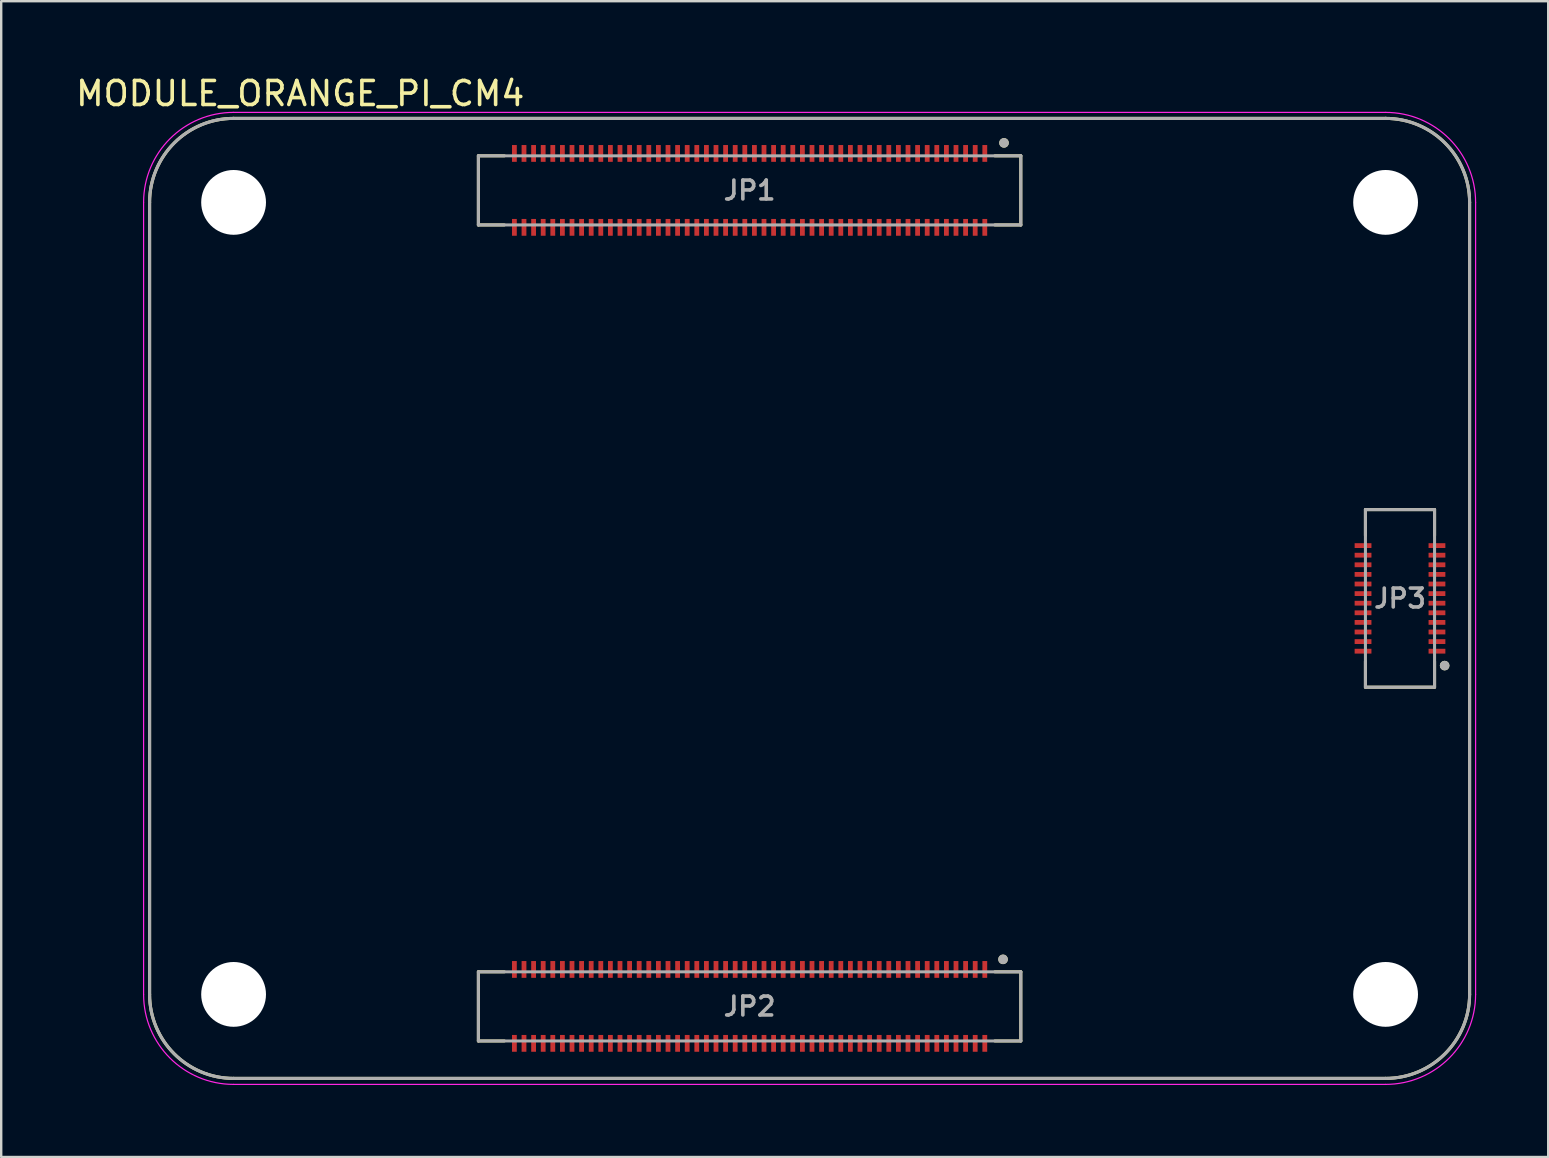
<source format=kicad_pcb>
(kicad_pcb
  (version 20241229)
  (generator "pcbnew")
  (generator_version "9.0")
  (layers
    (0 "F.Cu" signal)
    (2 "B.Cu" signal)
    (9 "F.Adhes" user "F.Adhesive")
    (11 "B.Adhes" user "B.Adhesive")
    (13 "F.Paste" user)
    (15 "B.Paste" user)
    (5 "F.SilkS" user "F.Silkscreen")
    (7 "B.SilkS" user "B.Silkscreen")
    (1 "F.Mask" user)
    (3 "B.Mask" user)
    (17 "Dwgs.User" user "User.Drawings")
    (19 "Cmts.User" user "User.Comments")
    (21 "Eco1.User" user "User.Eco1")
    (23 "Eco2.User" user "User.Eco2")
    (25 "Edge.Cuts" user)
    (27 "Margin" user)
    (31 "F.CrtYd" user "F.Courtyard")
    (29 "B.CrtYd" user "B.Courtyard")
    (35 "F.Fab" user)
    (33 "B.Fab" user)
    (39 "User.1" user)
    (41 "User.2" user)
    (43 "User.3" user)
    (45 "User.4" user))
  (footprint "MODULE_ORANGE_PI_CM4"
    (layer "F.Cu")
    (at 30.683 21.883)
    (property "Reference" "MODULE_ORANGE_PI_CM4" (at -21.225 -21.035 0) (layer "F.SilkS") (effects (font (size 1 1) (thickness 0.15))))
    (attr smd)
    (fp_line (start -27.5 -16.5) (end -27.5 16.5) (stroke (width 0.127) (type solid)) (layer "F.SilkS"))
    (fp_line (start -24 20) (end 24 20) (stroke (width 0.127) (type solid)) (layer "F.SilkS"))
    (fp_line (start -13.8 -18.44) (end -13.8 -15.56) (stroke (width 0.127) (type solid)) (layer "F.SilkS"))
    (fp_line (start -13.8 -15.56) (end -12.72 -15.56) (stroke (width 0.127) (type solid)) (layer "F.SilkS"))
    (fp_line (start -13.8 15.56) (end -13.8 18.44) (stroke (width 0.127) (type solid)) (layer "F.SilkS"))
    (fp_line (start -13.8 18.44) (end -12.72 18.44) (stroke (width 0.127) (type solid)) (layer "F.SilkS"))
    (fp_line (start -12.72 -18.44) (end -13.8 -18.44) (stroke (width 0.127) (type solid)) (layer "F.SilkS"))
    (fp_line (start -12.72 15.56) (end -13.8 15.56) (stroke (width 0.127) (type solid)) (layer "F.SilkS"))
    (fp_line (start 8.8 -18.44) (end 7.72 -18.44) (stroke (width 0.127) (type solid)) (layer "F.SilkS"))
    (fp_line (start 8.8 -18.44) (end 8.8 -15.56) (stroke (width 0.127) (type solid)) (layer "F.SilkS"))
    (fp_line (start 8.8 -15.56) (end 7.72 -15.56) (stroke (width 0.127) (type solid)) (layer "F.SilkS"))
    (fp_line (start 8.8 15.56) (end 7.72 15.56) (stroke (width 0.127) (type solid)) (layer "F.SilkS"))
    (fp_line (start 8.8 15.56) (end 8.8 18.44) (stroke (width 0.127) (type solid)) (layer "F.SilkS"))
    (fp_line (start 8.8 18.44) (end 7.72 18.44) (stroke (width 0.127) (type solid)) (layer "F.SilkS"))
    (fp_line (start 23.16 -3.7) (end 26.04 -3.7) (stroke (width 0.127) (type solid)) (layer "F.SilkS"))
    (fp_line (start 23.16 -2.62) (end 23.16 -3.7) (stroke (width 0.127) (type solid)) (layer "F.SilkS"))
    (fp_line (start 23.16 2.62) (end 23.16 3.7) (stroke (width 0.127) (type solid)) (layer "F.SilkS"))
    (fp_line (start 23.16 3.7) (end 26.04 3.7) (stroke (width 0.127) (type solid)) (layer "F.SilkS"))
    (fp_line (start 24 -20) (end -24 -20) (stroke (width 0.127) (type solid)) (layer "F.SilkS"))
    (fp_line (start 26.04 -3.7) (end 26.04 -2.62) (stroke (width 0.127) (type solid)) (layer "F.SilkS"))
    (fp_line (start 26.04 3.7) (end 26.04 2.62) (stroke (width 0.127) (type solid)) (layer "F.SilkS"))
    (fp_line (start 27.5 16.5) (end 27.5 -16.5) (stroke (width 0.127) (type solid)) (layer "F.SilkS"))
    (fp_arc (start -27.5 -16.5) (mid -26.474874 -18.974874) (end -24 -20) (stroke (width 0.127) (type solid)) (layer "F.SilkS"))
    (fp_arc (start -24 20) (mid -26.474874 18.974874) (end -27.5 16.5) (stroke (width 0.127) (type solid)) (layer "F.SilkS"))
    (fp_arc (start 24 -20) (mid 26.474874 -18.974874) (end 27.5 -16.5) (stroke (width 0.127) (type solid)) (layer "F.SilkS"))
    (fp_arc (start 27.5 16.5) (mid 26.474874 18.974874) (end 24 20) (stroke (width 0.127) (type solid)) (layer "F.SilkS"))
    (fp_circle (center 8.06 15.04) (end 8.16 15.04) (stroke (width 0.2) (type solid)) (fill no) (layer "F.SilkS"))
    (fp_circle (center 8.1 -18.98) (end 8.2 -18.98) (stroke (width 0.2) (type solid)) (fill no) (layer "F.SilkS"))
    (fp_circle (center 26.46 2.8) (end 26.56 2.8) (stroke (width 0.2) (type solid)) (fill no) (layer "F.SilkS"))
    (fp_poly (pts (xy -12.389 -18.853) (xy -12.21 -18.853) (xy -12.21 -18.227) (xy -12.389 -18.227)) (stroke (width 0.01) (type solid)) (fill yes) (layer "F.Paste"))
    (fp_poly (pts (xy -12.389 -15.773) (xy -12.21 -15.773) (xy -12.21 -15.147) (xy -12.389 -15.147)) (stroke (width 0.01) (type solid)) (fill yes) (layer "F.Paste"))
    (fp_poly (pts (xy -12.389 15.147) (xy -12.21 15.147) (xy -12.21 15.773) (xy -12.389 15.773)) (stroke (width 0.01) (type solid)) (fill yes) (layer "F.Paste"))
    (fp_poly (pts (xy -12.389 18.227) (xy -12.21 18.227) (xy -12.21 18.853) (xy -12.389 18.853)) (stroke (width 0.01) (type solid)) (fill yes) (layer "F.Paste"))
    (fp_poly (pts (xy -11.989 -18.853) (xy -11.81 -18.853) (xy -11.81 -18.227) (xy -11.989 -18.227)) (stroke (width 0.01) (type solid)) (fill yes) (layer "F.Paste"))
    (fp_poly (pts (xy -11.989 -15.773) (xy -11.81 -15.773) (xy -11.81 -15.147) (xy -11.989 -15.147)) (stroke (width 0.01) (type solid)) (fill yes) (layer "F.Paste"))
    (fp_poly (pts (xy -11.989 15.147) (xy -11.81 15.147) (xy -11.81 15.773) (xy -11.989 15.773)) (stroke (width 0.01) (type solid)) (fill yes) (layer "F.Paste"))
    (fp_poly (pts (xy -11.989 18.227) (xy -11.81 18.227) (xy -11.81 18.853) (xy -11.989 18.853)) (stroke (width 0.01) (type solid)) (fill yes) (layer "F.Paste"))
    (fp_poly (pts (xy -11.589 -18.853) (xy -11.411 -18.853) (xy -11.411 -18.227) (xy -11.589 -18.227)) (stroke (width 0.01) (type solid)) (fill yes) (layer "F.Paste"))
    (fp_poly (pts (xy -11.589 -15.773) (xy -11.411 -15.773) (xy -11.411 -15.147) (xy -11.589 -15.147)) (stroke (width 0.01) (type solid)) (fill yes) (layer "F.Paste"))
    (fp_poly (pts (xy -11.589 15.147) (xy -11.411 15.147) (xy -11.411 15.773) (xy -11.589 15.773)) (stroke (width 0.01) (type solid)) (fill yes) (layer "F.Paste"))
    (fp_poly (pts (xy -11.589 18.227) (xy -11.411 18.227) (xy -11.411 18.853) (xy -11.589 18.853)) (stroke (width 0.01) (type solid)) (fill yes) (layer "F.Paste"))
    (fp_poly (pts (xy -11.19 -18.853) (xy -11.011 -18.853) (xy -11.011 -18.227) (xy -11.19 -18.227)) (stroke (width 0.01) (type solid)) (fill yes) (layer "F.Paste"))
    (fp_poly (pts (xy -11.19 -15.773) (xy -11.011 -15.773) (xy -11.011 -15.147) (xy -11.19 -15.147)) (stroke (width 0.01) (type solid)) (fill yes) (layer "F.Paste"))
    (fp_poly (pts (xy -11.19 15.147) (xy -11.011 15.147) (xy -11.011 15.773) (xy -11.19 15.773)) (stroke (width 0.01) (type solid)) (fill yes) (layer "F.Paste"))
    (fp_poly (pts (xy -11.19 18.227) (xy -11.011 18.227) (xy -11.011 18.853) (xy -11.19 18.853)) (stroke (width 0.01) (type solid)) (fill yes) (layer "F.Paste"))
    (fp_poly (pts (xy -10.79 -18.853) (xy -10.611 -18.853) (xy -10.611 -18.227) (xy -10.79 -18.227)) (stroke (width 0.01) (type solid)) (fill yes) (layer "F.Paste"))
    (fp_poly (pts (xy -10.79 -15.773) (xy -10.611 -15.773) (xy -10.611 -15.147) (xy -10.79 -15.147)) (stroke (width 0.01) (type solid)) (fill yes) (layer "F.Paste"))
    (fp_poly (pts (xy -10.79 15.147) (xy -10.611 15.147) (xy -10.611 15.773) (xy -10.79 15.773)) (stroke (width 0.01) (type solid)) (fill yes) (layer "F.Paste"))
    (fp_poly (pts (xy -10.79 18.227) (xy -10.611 18.227) (xy -10.611 18.853) (xy -10.79 18.853)) (stroke (width 0.01) (type solid)) (fill yes) (layer "F.Paste"))
    (fp_poly (pts (xy -10.389 -18.853) (xy -10.21 -18.853) (xy -10.21 -18.227) (xy -10.389 -18.227)) (stroke (width 0.01) (type solid)) (fill yes) (layer "F.Paste"))
    (fp_poly (pts (xy -10.389 -15.773) (xy -10.21 -15.773) (xy -10.21 -15.147) (xy -10.389 -15.147)) (stroke (width 0.01) (type solid)) (fill yes) (layer "F.Paste"))
    (fp_poly (pts (xy -10.389 15.147) (xy -10.21 15.147) (xy -10.21 15.773) (xy -10.389 15.773)) (stroke (width 0.01) (type solid)) (fill yes) (layer "F.Paste"))
    (fp_poly (pts (xy -10.389 18.227) (xy -10.21 18.227) (xy -10.21 18.853) (xy -10.389 18.853)) (stroke (width 0.01) (type solid)) (fill yes) (layer "F.Paste"))
    (fp_poly (pts (xy -9.989 -18.853) (xy -9.81 -18.853) (xy -9.81 -18.227) (xy -9.989 -18.227)) (stroke (width 0.01) (type solid)) (fill yes) (layer "F.Paste"))
    (fp_poly (pts (xy -9.989 -15.773) (xy -9.81 -15.773) (xy -9.81 -15.147) (xy -9.989 -15.147)) (stroke (width 0.01) (type solid)) (fill yes) (layer "F.Paste"))
    (fp_poly (pts (xy -9.989 15.147) (xy -9.81 15.147) (xy -9.81 15.773) (xy -9.989 15.773)) (stroke (width 0.01) (type solid)) (fill yes) (layer "F.Paste"))
    (fp_poly (pts (xy -9.989 18.227) (xy -9.81 18.227) (xy -9.81 18.853) (xy -9.989 18.853)) (stroke (width 0.01) (type solid)) (fill yes) (layer "F.Paste"))
    (fp_poly (pts (xy -9.589 -18.853) (xy -9.411 -18.853) (xy -9.411 -18.227) (xy -9.589 -18.227)) (stroke (width 0.01) (type solid)) (fill yes) (layer "F.Paste"))
    (fp_poly (pts (xy -9.589 -15.773) (xy -9.411 -15.773) (xy -9.411 -15.147) (xy -9.589 -15.147)) (stroke (width 0.01) (type solid)) (fill yes) (layer "F.Paste"))
    (fp_poly (pts (xy -9.589 15.147) (xy -9.411 15.147) (xy -9.411 15.773) (xy -9.589 15.773)) (stroke (width 0.01) (type solid)) (fill yes) (layer "F.Paste"))
    (fp_poly (pts (xy -9.589 18.227) (xy -9.411 18.227) (xy -9.411 18.853) (xy -9.589 18.853)) (stroke (width 0.01) (type solid)) (fill yes) (layer "F.Paste"))
    (fp_poly (pts (xy -9.19 -18.853) (xy -9.011 -18.853) (xy -9.011 -18.227) (xy -9.19 -18.227)) (stroke (width 0.01) (type solid)) (fill yes) (layer "F.Paste"))
    (fp_poly (pts (xy -9.19 -15.773) (xy -9.011 -15.773) (xy -9.011 -15.147) (xy -9.19 -15.147)) (stroke (width 0.01) (type solid)) (fill yes) (layer "F.Paste"))
    (fp_poly (pts (xy -9.19 15.147) (xy -9.011 15.147) (xy -9.011 15.773) (xy -9.19 15.773)) (stroke (width 0.01) (type solid)) (fill yes) (layer "F.Paste"))
    (fp_poly (pts (xy -9.19 18.227) (xy -9.011 18.227) (xy -9.011 18.853) (xy -9.19 18.853)) (stroke (width 0.01) (type solid)) (fill yes) (layer "F.Paste"))
    (fp_poly (pts (xy -8.79 -18.853) (xy -8.611 -18.853) (xy -8.611 -18.227) (xy -8.79 -18.227)) (stroke (width 0.01) (type solid)) (fill yes) (layer "F.Paste"))
    (fp_poly (pts (xy -8.79 -15.773) (xy -8.611 -15.773) (xy -8.611 -15.147) (xy -8.79 -15.147)) (stroke (width 0.01) (type solid)) (fill yes) (layer "F.Paste"))
    (fp_poly (pts (xy -8.79 15.147) (xy -8.611 15.147) (xy -8.611 15.773) (xy -8.79 15.773)) (stroke (width 0.01) (type solid)) (fill yes) (layer "F.Paste"))
    (fp_poly (pts (xy -8.79 18.227) (xy -8.611 18.227) (xy -8.611 18.853) (xy -8.79 18.853)) (stroke (width 0.01) (type solid)) (fill yes) (layer "F.Paste"))
    (fp_poly (pts (xy -8.389 -18.853) (xy -8.21 -18.853) (xy -8.21 -18.227) (xy -8.389 -18.227)) (stroke (width 0.01) (type solid)) (fill yes) (layer "F.Paste"))
    (fp_poly (pts (xy -8.389 -15.773) (xy -8.21 -15.773) (xy -8.21 -15.147) (xy -8.389 -15.147)) (stroke (width 0.01) (type solid)) (fill yes) (layer "F.Paste"))
    (fp_poly (pts (xy -8.389 15.147) (xy -8.21 15.147) (xy -8.21 15.773) (xy -8.389 15.773)) (stroke (width 0.01) (type solid)) (fill yes) (layer "F.Paste"))
    (fp_poly (pts (xy -8.389 18.227) (xy -8.21 18.227) (xy -8.21 18.853) (xy -8.389 18.853)) (stroke (width 0.01) (type solid)) (fill yes) (layer "F.Paste"))
    (fp_poly (pts (xy -7.989 -18.853) (xy -7.811 -18.853) (xy -7.811 -18.227) (xy -7.989 -18.227)) (stroke (width 0.01) (type solid)) (fill yes) (layer "F.Paste"))
    (fp_poly (pts (xy -7.989 -15.773) (xy -7.811 -15.773) (xy -7.811 -15.147) (xy -7.989 -15.147)) (stroke (width 0.01) (type solid)) (fill yes) (layer "F.Paste"))
    (fp_poly (pts (xy -7.989 15.147) (xy -7.811 15.147) (xy -7.811 15.773) (xy -7.989 15.773)) (stroke (width 0.01) (type solid)) (fill yes) (layer "F.Paste"))
    (fp_poly (pts (xy -7.989 18.227) (xy -7.811 18.227) (xy -7.811 18.853) (xy -7.989 18.853)) (stroke (width 0.01) (type solid)) (fill yes) (layer "F.Paste"))
    (fp_poly (pts (xy -7.59 -18.853) (xy -7.41 -18.853) (xy -7.41 -18.227) (xy -7.59 -18.227)) (stroke (width 0.01) (type solid)) (fill yes) (layer "F.Paste"))
    (fp_poly (pts (xy -7.59 -15.773) (xy -7.41 -15.773) (xy -7.41 -15.147) (xy -7.59 -15.147)) (stroke (width 0.01) (type solid)) (fill yes) (layer "F.Paste"))
    (fp_poly (pts (xy -7.59 15.147) (xy -7.41 15.147) (xy -7.41 15.773) (xy -7.59 15.773)) (stroke (width 0.01) (type solid)) (fill yes) (layer "F.Paste"))
    (fp_poly (pts (xy -7.59 18.227) (xy -7.41 18.227) (xy -7.41 18.853) (xy -7.59 18.853)) (stroke (width 0.01) (type solid)) (fill yes) (layer "F.Paste"))
    (fp_poly (pts (xy -7.189 -18.853) (xy -7.011 -18.853) (xy -7.011 -18.227) (xy -7.189 -18.227)) (stroke (width 0.01) (type solid)) (fill yes) (layer "F.Paste"))
    (fp_poly (pts (xy -7.189 -15.773) (xy -7.011 -15.773) (xy -7.011 -15.147) (xy -7.189 -15.147)) (stroke (width 0.01) (type solid)) (fill yes) (layer "F.Paste"))
    (fp_poly (pts (xy -7.189 15.147) (xy -7.011 15.147) (xy -7.011 15.773) (xy -7.189 15.773)) (stroke (width 0.01) (type solid)) (fill yes) (layer "F.Paste"))
    (fp_poly (pts (xy -7.189 18.227) (xy -7.011 18.227) (xy -7.011 18.853) (xy -7.189 18.853)) (stroke (width 0.01) (type solid)) (fill yes) (layer "F.Paste"))
    (fp_poly (pts (xy -6.79 -18.853) (xy -6.611 -18.853) (xy -6.611 -18.227) (xy -6.79 -18.227)) (stroke (width 0.01) (type solid)) (fill yes) (layer "F.Paste"))
    (fp_poly (pts (xy -6.79 -15.773) (xy -6.611 -15.773) (xy -6.611 -15.147) (xy -6.79 -15.147)) (stroke (width 0.01) (type solid)) (fill yes) (layer "F.Paste"))
    (fp_poly (pts (xy -6.79 15.147) (xy -6.611 15.147) (xy -6.611 15.773) (xy -6.79 15.773)) (stroke (width 0.01) (type solid)) (fill yes) (layer "F.Paste"))
    (fp_poly (pts (xy -6.79 18.227) (xy -6.611 18.227) (xy -6.611 18.853) (xy -6.79 18.853)) (stroke (width 0.01) (type solid)) (fill yes) (layer "F.Paste"))
    (fp_poly (pts (xy -6.389 -18.853) (xy -6.21 -18.853) (xy -6.21 -18.227) (xy -6.389 -18.227)) (stroke (width 0.01) (type solid)) (fill yes) (layer "F.Paste"))
    (fp_poly (pts (xy -6.389 -15.773) (xy -6.21 -15.773) (xy -6.21 -15.147) (xy -6.389 -15.147)) (stroke (width 0.01) (type solid)) (fill yes) (layer "F.Paste"))
    (fp_poly (pts (xy -6.389 15.147) (xy -6.21 15.147) (xy -6.21 15.773) (xy -6.389 15.773)) (stroke (width 0.01) (type solid)) (fill yes) (layer "F.Paste"))
    (fp_poly (pts (xy -6.389 18.227) (xy -6.21 18.227) (xy -6.21 18.853) (xy -6.389 18.853)) (stroke (width 0.01) (type solid)) (fill yes) (layer "F.Paste"))
    (fp_poly (pts (xy -5.989 -18.853) (xy -5.811 -18.853) (xy -5.811 -18.227) (xy -5.989 -18.227)) (stroke (width 0.01) (type solid)) (fill yes) (layer "F.Paste"))
    (fp_poly (pts (xy -5.989 -15.773) (xy -5.811 -15.773) (xy -5.811 -15.147) (xy -5.989 -15.147)) (stroke (width 0.01) (type solid)) (fill yes) (layer "F.Paste"))
    (fp_poly (pts (xy -5.989 15.147) (xy -5.811 15.147) (xy -5.811 15.773) (xy -5.989 15.773)) (stroke (width 0.01) (type solid)) (fill yes) (layer "F.Paste"))
    (fp_poly (pts (xy -5.989 18.227) (xy -5.811 18.227) (xy -5.811 18.853) (xy -5.989 18.853)) (stroke (width 0.01) (type solid)) (fill yes) (layer "F.Paste"))
    (fp_poly (pts (xy -5.59 -18.853) (xy -5.41 -18.853) (xy -5.41 -18.227) (xy -5.59 -18.227)) (stroke (width 0.01) (type solid)) (fill yes) (layer "F.Paste"))
    (fp_poly (pts (xy -5.59 -15.773) (xy -5.41 -15.773) (xy -5.41 -15.147) (xy -5.59 -15.147)) (stroke (width 0.01) (type solid)) (fill yes) (layer "F.Paste"))
    (fp_poly (pts (xy -5.59 15.147) (xy -5.41 15.147) (xy -5.41 15.773) (xy -5.59 15.773)) (stroke (width 0.01) (type solid)) (fill yes) (layer "F.Paste"))
    (fp_poly (pts (xy -5.59 18.227) (xy -5.41 18.227) (xy -5.41 18.853) (xy -5.59 18.853)) (stroke (width 0.01) (type solid)) (fill yes) (layer "F.Paste"))
    (fp_poly (pts (xy -5.189 -18.853) (xy -5.011 -18.853) (xy -5.011 -18.227) (xy -5.189 -18.227)) (stroke (width 0.01) (type solid)) (fill yes) (layer "F.Paste"))
    (fp_poly (pts (xy -5.189 -15.773) (xy -5.011 -15.773) (xy -5.011 -15.147) (xy -5.189 -15.147)) (stroke (width 0.01) (type solid)) (fill yes) (layer "F.Paste"))
    (fp_poly (pts (xy -5.189 15.147) (xy -5.011 15.147) (xy -5.011 15.773) (xy -5.189 15.773)) (stroke (width 0.01) (type solid)) (fill yes) (layer "F.Paste"))
    (fp_poly (pts (xy -5.189 18.227) (xy -5.011 18.227) (xy -5.011 18.853) (xy -5.189 18.853)) (stroke (width 0.01) (type solid)) (fill yes) (layer "F.Paste"))
    (fp_poly (pts (xy -4.79 -18.853) (xy -4.611 -18.853) (xy -4.611 -18.227) (xy -4.79 -18.227)) (stroke (width 0.01) (type solid)) (fill yes) (layer "F.Paste"))
    (fp_poly (pts (xy -4.79 -15.773) (xy -4.611 -15.773) (xy -4.611 -15.147) (xy -4.79 -15.147)) (stroke (width 0.01) (type solid)) (fill yes) (layer "F.Paste"))
    (fp_poly (pts (xy -4.79 15.147) (xy -4.611 15.147) (xy -4.611 15.773) (xy -4.79 15.773)) (stroke (width 0.01) (type solid)) (fill yes) (layer "F.Paste"))
    (fp_poly (pts (xy -4.79 18.227) (xy -4.611 18.227) (xy -4.611 18.853) (xy -4.79 18.853)) (stroke (width 0.01) (type solid)) (fill yes) (layer "F.Paste"))
    (fp_poly (pts (xy -4.389 -18.853) (xy -4.21 -18.853) (xy -4.21 -18.227) (xy -4.389 -18.227)) (stroke (width 0.01) (type solid)) (fill yes) (layer "F.Paste"))
    (fp_poly (pts (xy -4.389 -15.773) (xy -4.21 -15.773) (xy -4.21 -15.147) (xy -4.389 -15.147)) (stroke (width 0.01) (type solid)) (fill yes) (layer "F.Paste"))
    (fp_poly (pts (xy -4.389 15.147) (xy -4.21 15.147) (xy -4.21 15.773) (xy -4.389 15.773)) (stroke (width 0.01) (type solid)) (fill yes) (layer "F.Paste"))
    (fp_poly (pts (xy -4.389 18.227) (xy -4.21 18.227) (xy -4.21 18.853) (xy -4.389 18.853)) (stroke (width 0.01) (type solid)) (fill yes) (layer "F.Paste"))
    (fp_poly (pts (xy -3.99 -18.853) (xy -3.811 -18.853) (xy -3.811 -18.227) (xy -3.99 -18.227)) (stroke (width 0.01) (type solid)) (fill yes) (layer "F.Paste"))
    (fp_poly (pts (xy -3.99 -15.773) (xy -3.811 -15.773) (xy -3.811 -15.147) (xy -3.99 -15.147)) (stroke (width 0.01) (type solid)) (fill yes) (layer "F.Paste"))
    (fp_poly (pts (xy -3.99 15.147) (xy -3.811 15.147) (xy -3.811 15.773) (xy -3.99 15.773)) (stroke (width 0.01) (type solid)) (fill yes) (layer "F.Paste"))
    (fp_poly (pts (xy -3.99 18.227) (xy -3.811 18.227) (xy -3.811 18.853) (xy -3.99 18.853)) (stroke (width 0.01) (type solid)) (fill yes) (layer "F.Paste"))
    (fp_poly (pts (xy -3.59 -18.853) (xy -3.41 -18.853) (xy -3.41 -18.227) (xy -3.59 -18.227)) (stroke (width 0.01) (type solid)) (fill yes) (layer "F.Paste"))
    (fp_poly (pts (xy -3.59 -15.773) (xy -3.41 -15.773) (xy -3.41 -15.147) (xy -3.59 -15.147)) (stroke (width 0.01) (type solid)) (fill yes) (layer "F.Paste"))
    (fp_poly (pts (xy -3.59 15.147) (xy -3.41 15.147) (xy -3.41 15.773) (xy -3.59 15.773)) (stroke (width 0.01) (type solid)) (fill yes) (layer "F.Paste"))
    (fp_poly (pts (xy -3.59 18.227) (xy -3.41 18.227) (xy -3.41 18.853) (xy -3.59 18.853)) (stroke (width 0.01) (type solid)) (fill yes) (layer "F.Paste"))
    (fp_poly (pts (xy -3.189 -18.853) (xy -3.01 -18.853) (xy -3.01 -18.227) (xy -3.189 -18.227)) (stroke (width 0.01) (type solid)) (fill yes) (layer "F.Paste"))
    (fp_poly (pts (xy -3.189 -15.773) (xy -3.01 -15.773) (xy -3.01 -15.147) (xy -3.189 -15.147)) (stroke (width 0.01) (type solid)) (fill yes) (layer "F.Paste"))
    (fp_poly (pts (xy -3.189 15.147) (xy -3.01 15.147) (xy -3.01 15.773) (xy -3.189 15.773)) (stroke (width 0.01) (type solid)) (fill yes) (layer "F.Paste"))
    (fp_poly (pts (xy -3.189 18.227) (xy -3.01 18.227) (xy -3.01 18.853) (xy -3.189 18.853)) (stroke (width 0.01) (type solid)) (fill yes) (layer "F.Paste"))
    (fp_poly (pts (xy -2.789 -18.853) (xy -2.611 -18.853) (xy -2.611 -18.227) (xy -2.789 -18.227)) (stroke (width 0.01) (type solid)) (fill yes) (layer "F.Paste"))
    (fp_poly (pts (xy -2.789 -15.773) (xy -2.611 -15.773) (xy -2.611 -15.147) (xy -2.789 -15.147)) (stroke (width 0.01) (type solid)) (fill yes) (layer "F.Paste"))
    (fp_poly (pts (xy -2.789 15.147) (xy -2.611 15.147) (xy -2.611 15.773) (xy -2.789 15.773)) (stroke (width 0.01) (type solid)) (fill yes) (layer "F.Paste"))
    (fp_poly (pts (xy -2.789 18.227) (xy -2.611 18.227) (xy -2.611 18.853) (xy -2.789 18.853)) (stroke (width 0.01) (type solid)) (fill yes) (layer "F.Paste"))
    (fp_poly (pts (xy -2.389 -18.853) (xy -2.211 -18.853) (xy -2.211 -18.227) (xy -2.389 -18.227)) (stroke (width 0.01) (type solid)) (fill yes) (layer "F.Paste"))
    (fp_poly (pts (xy -2.389 -15.773) (xy -2.211 -15.773) (xy -2.211 -15.147) (xy -2.389 -15.147)) (stroke (width 0.01) (type solid)) (fill yes) (layer "F.Paste"))
    (fp_poly (pts (xy -2.389 15.147) (xy -2.211 15.147) (xy -2.211 15.773) (xy -2.389 15.773)) (stroke (width 0.01) (type solid)) (fill yes) (layer "F.Paste"))
    (fp_poly (pts (xy -2.389 18.227) (xy -2.211 18.227) (xy -2.211 18.853) (xy -2.389 18.853)) (stroke (width 0.01) (type solid)) (fill yes) (layer "F.Paste"))
    (fp_poly (pts (xy -1.99 -18.853) (xy -1.81 -18.853) (xy -1.81 -18.227) (xy -1.99 -18.227)) (stroke (width 0.01) (type solid)) (fill yes) (layer "F.Paste"))
    (fp_poly (pts (xy -1.99 -15.773) (xy -1.81 -15.773) (xy -1.81 -15.147) (xy -1.99 -15.147)) (stroke (width 0.01) (type solid)) (fill yes) (layer "F.Paste"))
    (fp_poly (pts (xy -1.99 15.147) (xy -1.81 15.147) (xy -1.81 15.773) (xy -1.99 15.773)) (stroke (width 0.01) (type solid)) (fill yes) (layer "F.Paste"))
    (fp_poly (pts (xy -1.99 18.227) (xy -1.81 18.227) (xy -1.81 18.853) (xy -1.99 18.853)) (stroke (width 0.01) (type solid)) (fill yes) (layer "F.Paste"))
    (fp_poly (pts (xy -1.589 -18.853) (xy -1.411 -18.853) (xy -1.411 -18.227) (xy -1.589 -18.227)) (stroke (width 0.01) (type solid)) (fill yes) (layer "F.Paste"))
    (fp_poly (pts (xy -1.589 -15.773) (xy -1.411 -15.773) (xy -1.411 -15.147) (xy -1.589 -15.147)) (stroke (width 0.01) (type solid)) (fill yes) (layer "F.Paste"))
    (fp_poly (pts (xy -1.589 15.147) (xy -1.411 15.147) (xy -1.411 15.773) (xy -1.589 15.773)) (stroke (width 0.01) (type solid)) (fill yes) (layer "F.Paste"))
    (fp_poly (pts (xy -1.589 18.227) (xy -1.411 18.227) (xy -1.411 18.853) (xy -1.589 18.853)) (stroke (width 0.01) (type solid)) (fill yes) (layer "F.Paste"))
    (fp_poly (pts (xy -1.19 -18.853) (xy -1.01 -18.853) (xy -1.01 -18.227) (xy -1.19 -18.227)) (stroke (width 0.01) (type solid)) (fill yes) (layer "F.Paste"))
    (fp_poly (pts (xy -1.19 -15.773) (xy -1.01 -15.773) (xy -1.01 -15.147) (xy -1.19 -15.147)) (stroke (width 0.01) (type solid)) (fill yes) (layer "F.Paste"))
    (fp_poly (pts (xy -1.19 15.147) (xy -1.01 15.147) (xy -1.01 15.773) (xy -1.19 15.773)) (stroke (width 0.01) (type solid)) (fill yes) (layer "F.Paste"))
    (fp_poly (pts (xy -1.19 18.227) (xy -1.01 18.227) (xy -1.01 18.853) (xy -1.19 18.853)) (stroke (width 0.01) (type solid)) (fill yes) (layer "F.Paste"))
    (fp_poly (pts (xy -0.789 -18.853) (xy -0.611 -18.853) (xy -0.611 -18.227) (xy -0.789 -18.227)) (stroke (width 0.01) (type solid)) (fill yes) (layer "F.Paste"))
    (fp_poly (pts (xy -0.789 -15.773) (xy -0.611 -15.773) (xy -0.611 -15.147) (xy -0.789 -15.147)) (stroke (width 0.01) (type solid)) (fill yes) (layer "F.Paste"))
    (fp_poly (pts (xy -0.789 15.147) (xy -0.611 15.147) (xy -0.611 15.773) (xy -0.789 15.773)) (stroke (width 0.01) (type solid)) (fill yes) (layer "F.Paste"))
    (fp_poly (pts (xy -0.789 18.227) (xy -0.611 18.227) (xy -0.611 18.853) (xy -0.789 18.853)) (stroke (width 0.01) (type solid)) (fill yes) (layer "F.Paste"))
    (fp_poly (pts (xy -0.39 -18.853) (xy -0.21 -18.853) (xy -0.21 -18.227) (xy -0.39 -18.227)) (stroke (width 0.01) (type solid)) (fill yes) (layer "F.Paste"))
    (fp_poly (pts (xy -0.39 -15.773) (xy -0.21 -15.773) (xy -0.21 -15.147) (xy -0.39 -15.147)) (stroke (width 0.01) (type solid)) (fill yes) (layer "F.Paste"))
    (fp_poly (pts (xy -0.39 15.147) (xy -0.21 15.147) (xy -0.21 15.773) (xy -0.39 15.773)) (stroke (width 0.01) (type solid)) (fill yes) (layer "F.Paste"))
    (fp_poly (pts (xy -0.39 18.227) (xy -0.21 18.227) (xy -0.21 18.853) (xy -0.39 18.853)) (stroke (width 0.01) (type solid)) (fill yes) (layer "F.Paste"))
    (fp_poly (pts (xy 0.011 -18.853) (xy 0.19 -18.853) (xy 0.19 -18.227) (xy 0.011 -18.227)) (stroke (width 0.01) (type solid)) (fill yes) (layer "F.Paste"))
    (fp_poly (pts (xy 0.011 -15.773) (xy 0.19 -15.773) (xy 0.19 -15.147) (xy 0.011 -15.147)) (stroke (width 0.01) (type solid)) (fill yes) (layer "F.Paste"))
    (fp_poly (pts (xy 0.011 15.147) (xy 0.19 15.147) (xy 0.19 15.773) (xy 0.011 15.773)) (stroke (width 0.01) (type solid)) (fill yes) (layer "F.Paste"))
    (fp_poly (pts (xy 0.011 18.227) (xy 0.19 18.227) (xy 0.19 18.853) (xy 0.011 18.853)) (stroke (width 0.01) (type solid)) (fill yes) (layer "F.Paste"))
    (fp_poly (pts (xy 0.41 -18.853) (xy 0.59 -18.853) (xy 0.59 -18.227) (xy 0.41 -18.227)) (stroke (width 0.01) (type solid)) (fill yes) (layer "F.Paste"))
    (fp_poly (pts (xy 0.41 -15.773) (xy 0.59 -15.773) (xy 0.59 -15.147) (xy 0.41 -15.147)) (stroke (width 0.01) (type solid)) (fill yes) (layer "F.Paste"))
    (fp_poly (pts (xy 0.41 15.147) (xy 0.59 15.147) (xy 0.59 15.773) (xy 0.41 15.773)) (stroke (width 0.01) (type solid)) (fill yes) (layer "F.Paste"))
    (fp_poly (pts (xy 0.41 18.227) (xy 0.59 18.227) (xy 0.59 18.853) (xy 0.41 18.853)) (stroke (width 0.01) (type solid)) (fill yes) (layer "F.Paste"))
    (fp_poly (pts (xy 0.81 -18.853) (xy 0.99 -18.853) (xy 0.99 -18.227) (xy 0.81 -18.227)) (stroke (width 0.01) (type solid)) (fill yes) (layer "F.Paste"))
    (fp_poly (pts (xy 0.81 -15.773) (xy 0.99 -15.773) (xy 0.99 -15.147) (xy 0.81 -15.147)) (stroke (width 0.01) (type solid)) (fill yes) (layer "F.Paste"))
    (fp_poly (pts (xy 0.81 15.147) (xy 0.99 15.147) (xy 0.99 15.773) (xy 0.81 15.773)) (stroke (width 0.01) (type solid)) (fill yes) (layer "F.Paste"))
    (fp_poly (pts (xy 0.81 18.227) (xy 0.99 18.227) (xy 0.99 18.853) (xy 0.81 18.853)) (stroke (width 0.01) (type solid)) (fill yes) (layer "F.Paste"))
    (fp_poly (pts (xy 1.21 -18.853) (xy 1.389 -18.853) (xy 1.389 -18.227) (xy 1.21 -18.227)) (stroke (width 0.01) (type solid)) (fill yes) (layer "F.Paste"))
    (fp_poly (pts (xy 1.21 -15.773) (xy 1.389 -15.773) (xy 1.389 -15.147) (xy 1.21 -15.147)) (stroke (width 0.01) (type solid)) (fill yes) (layer "F.Paste"))
    (fp_poly (pts (xy 1.21 15.147) (xy 1.389 15.147) (xy 1.389 15.773) (xy 1.21 15.773)) (stroke (width 0.01) (type solid)) (fill yes) (layer "F.Paste"))
    (fp_poly (pts (xy 1.21 18.227) (xy 1.389 18.227) (xy 1.389 18.853) (xy 1.21 18.853)) (stroke (width 0.01) (type solid)) (fill yes) (layer "F.Paste"))
    (fp_poly (pts (xy 1.611 -18.853) (xy 1.79 -18.853) (xy 1.79 -18.227) (xy 1.611 -18.227)) (stroke (width 0.01) (type solid)) (fill yes) (layer "F.Paste"))
    (fp_poly (pts (xy 1.611 -15.773) (xy 1.79 -15.773) (xy 1.79 -15.147) (xy 1.611 -15.147)) (stroke (width 0.01) (type solid)) (fill yes) (layer "F.Paste"))
    (fp_poly (pts (xy 1.611 15.147) (xy 1.79 15.147) (xy 1.79 15.773) (xy 1.611 15.773)) (stroke (width 0.01) (type solid)) (fill yes) (layer "F.Paste"))
    (fp_poly (pts (xy 1.611 18.227) (xy 1.79 18.227) (xy 1.79 18.853) (xy 1.611 18.853)) (stroke (width 0.01) (type solid)) (fill yes) (layer "F.Paste"))
    (fp_poly (pts (xy 2.01 -18.853) (xy 2.189 -18.853) (xy 2.189 -18.227) (xy 2.01 -18.227)) (stroke (width 0.01) (type solid)) (fill yes) (layer "F.Paste"))
    (fp_poly (pts (xy 2.01 -15.773) (xy 2.189 -15.773) (xy 2.189 -15.147) (xy 2.01 -15.147)) (stroke (width 0.01) (type solid)) (fill yes) (layer "F.Paste"))
    (fp_poly (pts (xy 2.01 15.147) (xy 2.189 15.147) (xy 2.189 15.773) (xy 2.01 15.773)) (stroke (width 0.01) (type solid)) (fill yes) (layer "F.Paste"))
    (fp_poly (pts (xy 2.01 18.227) (xy 2.189 18.227) (xy 2.189 18.853) (xy 2.01 18.853)) (stroke (width 0.01) (type solid)) (fill yes) (layer "F.Paste"))
    (fp_poly (pts (xy 2.41 -18.853) (xy 2.59 -18.853) (xy 2.59 -18.227) (xy 2.41 -18.227)) (stroke (width 0.01) (type solid)) (fill yes) (layer "F.Paste"))
    (fp_poly (pts (xy 2.41 -15.773) (xy 2.59 -15.773) (xy 2.59 -15.147) (xy 2.41 -15.147)) (stroke (width 0.01) (type solid)) (fill yes) (layer "F.Paste"))
    (fp_poly (pts (xy 2.41 15.147) (xy 2.59 15.147) (xy 2.59 15.773) (xy 2.41 15.773)) (stroke (width 0.01) (type solid)) (fill yes) (layer "F.Paste"))
    (fp_poly (pts (xy 2.41 18.227) (xy 2.59 18.227) (xy 2.59 18.853) (xy 2.41 18.853)) (stroke (width 0.01) (type solid)) (fill yes) (layer "F.Paste"))
    (fp_poly (pts (xy 2.811 -18.853) (xy 2.99 -18.853) (xy 2.99 -18.227) (xy 2.811 -18.227)) (stroke (width 0.01) (type solid)) (fill yes) (layer "F.Paste"))
    (fp_poly (pts (xy 2.811 -15.773) (xy 2.99 -15.773) (xy 2.99 -15.147) (xy 2.811 -15.147)) (stroke (width 0.01) (type solid)) (fill yes) (layer "F.Paste"))
    (fp_poly (pts (xy 2.811 15.147) (xy 2.99 15.147) (xy 2.99 15.773) (xy 2.811 15.773)) (stroke (width 0.01) (type solid)) (fill yes) (layer "F.Paste"))
    (fp_poly (pts (xy 2.811 18.227) (xy 2.99 18.227) (xy 2.99 18.853) (xy 2.811 18.853)) (stroke (width 0.01) (type solid)) (fill yes) (layer "F.Paste"))
    (fp_poly (pts (xy 3.211 -18.853) (xy 3.389 -18.853) (xy 3.389 -18.227) (xy 3.211 -18.227)) (stroke (width 0.01) (type solid)) (fill yes) (layer "F.Paste"))
    (fp_poly (pts (xy 3.211 -15.773) (xy 3.389 -15.773) (xy 3.389 -15.147) (xy 3.211 -15.147)) (stroke (width 0.01) (type solid)) (fill yes) (layer "F.Paste"))
    (fp_poly (pts (xy 3.211 15.147) (xy 3.389 15.147) (xy 3.389 15.773) (xy 3.211 15.773)) (stroke (width 0.01) (type solid)) (fill yes) (layer "F.Paste"))
    (fp_poly (pts (xy 3.211 18.227) (xy 3.389 18.227) (xy 3.389 18.853) (xy 3.211 18.853)) (stroke (width 0.01) (type solid)) (fill yes) (layer "F.Paste"))
    (fp_poly (pts (xy 3.611 -18.853) (xy 3.789 -18.853) (xy 3.789 -18.227) (xy 3.611 -18.227)) (stroke (width 0.01) (type solid)) (fill yes) (layer "F.Paste"))
    (fp_poly (pts (xy 3.611 -15.773) (xy 3.789 -15.773) (xy 3.789 -15.147) (xy 3.611 -15.147)) (stroke (width 0.01) (type solid)) (fill yes) (layer "F.Paste"))
    (fp_poly (pts (xy 3.611 15.147) (xy 3.789 15.147) (xy 3.789 15.773) (xy 3.611 15.773)) (stroke (width 0.01) (type solid)) (fill yes) (layer "F.Paste"))
    (fp_poly (pts (xy 3.611 18.227) (xy 3.789 18.227) (xy 3.789 18.853) (xy 3.611 18.853)) (stroke (width 0.01) (type solid)) (fill yes) (layer "F.Paste"))
    (fp_poly (pts (xy 4.011 -18.853) (xy 4.189 -18.853) (xy 4.189 -18.227) (xy 4.011 -18.227)) (stroke (width 0.01) (type solid)) (fill yes) (layer "F.Paste"))
    (fp_poly (pts (xy 4.011 -15.773) (xy 4.189 -15.773) (xy 4.189 -15.147) (xy 4.011 -15.147)) (stroke (width 0.01) (type solid)) (fill yes) (layer "F.Paste"))
    (fp_poly (pts (xy 4.011 15.147) (xy 4.189 15.147) (xy 4.189 15.773) (xy 4.011 15.773)) (stroke (width 0.01) (type solid)) (fill yes) (layer "F.Paste"))
    (fp_poly (pts (xy 4.011 18.227) (xy 4.189 18.227) (xy 4.189 18.853) (xy 4.011 18.853)) (stroke (width 0.01) (type solid)) (fill yes) (layer "F.Paste"))
    (fp_poly (pts (xy 4.41 -18.853) (xy 4.59 -18.853) (xy 4.59 -18.227) (xy 4.41 -18.227)) (stroke (width 0.01) (type solid)) (fill yes) (layer "F.Paste"))
    (fp_poly (pts (xy 4.41 -15.773) (xy 4.59 -15.773) (xy 4.59 -15.147) (xy 4.41 -15.147)) (stroke (width 0.01) (type solid)) (fill yes) (layer "F.Paste"))
    (fp_poly (pts (xy 4.41 15.147) (xy 4.59 15.147) (xy 4.59 15.773) (xy 4.41 15.773)) (stroke (width 0.01) (type solid)) (fill yes) (layer "F.Paste"))
    (fp_poly (pts (xy 4.41 18.227) (xy 4.59 18.227) (xy 4.59 18.853) (xy 4.41 18.853)) (stroke (width 0.01) (type solid)) (fill yes) (layer "F.Paste"))
    (fp_poly (pts (xy 4.811 -18.853) (xy 4.989 -18.853) (xy 4.989 -18.227) (xy 4.811 -18.227)) (stroke (width 0.01) (type solid)) (fill yes) (layer "F.Paste"))
    (fp_poly (pts (xy 4.811 -15.773) (xy 4.989 -15.773) (xy 4.989 -15.147) (xy 4.811 -15.147)) (stroke (width 0.01) (type solid)) (fill yes) (layer "F.Paste"))
    (fp_poly (pts (xy 4.811 15.147) (xy 4.989 15.147) (xy 4.989 15.773) (xy 4.811 15.773)) (stroke (width 0.01) (type solid)) (fill yes) (layer "F.Paste"))
    (fp_poly (pts (xy 4.811 18.227) (xy 4.989 18.227) (xy 4.989 18.853) (xy 4.811 18.853)) (stroke (width 0.01) (type solid)) (fill yes) (layer "F.Paste"))
    (fp_poly (pts (xy 5.21 -18.853) (xy 5.389 -18.853) (xy 5.389 -18.227) (xy 5.21 -18.227)) (stroke (width 0.01) (type solid)) (fill yes) (layer "F.Paste"))
    (fp_poly (pts (xy 5.21 -15.773) (xy 5.389 -15.773) (xy 5.389 -15.147) (xy 5.21 -15.147)) (stroke (width 0.01) (type solid)) (fill yes) (layer "F.Paste"))
    (fp_poly (pts (xy 5.21 15.147) (xy 5.389 15.147) (xy 5.389 15.773) (xy 5.21 15.773)) (stroke (width 0.01) (type solid)) (fill yes) (layer "F.Paste"))
    (fp_poly (pts (xy 5.21 18.227) (xy 5.389 18.227) (xy 5.389 18.853) (xy 5.21 18.853)) (stroke (width 0.01) (type solid)) (fill yes) (layer "F.Paste"))
    (fp_poly (pts (xy 5.611 -18.853) (xy 5.79 -18.853) (xy 5.79 -18.227) (xy 5.611 -18.227)) (stroke (width 0.01) (type solid)) (fill yes) (layer "F.Paste"))
    (fp_poly (pts (xy 5.611 -15.773) (xy 5.79 -15.773) (xy 5.79 -15.147) (xy 5.611 -15.147)) (stroke (width 0.01) (type solid)) (fill yes) (layer "F.Paste"))
    (fp_poly (pts (xy 5.611 15.147) (xy 5.79 15.147) (xy 5.79 15.773) (xy 5.611 15.773)) (stroke (width 0.01) (type solid)) (fill yes) (layer "F.Paste"))
    (fp_poly (pts (xy 5.611 18.227) (xy 5.79 18.227) (xy 5.79 18.853) (xy 5.611 18.853)) (stroke (width 0.01) (type solid)) (fill yes) (layer "F.Paste"))
    (fp_poly (pts (xy 6.011 -18.853) (xy 6.189 -18.853) (xy 6.189 -18.227) (xy 6.011 -18.227)) (stroke (width 0.01) (type solid)) (fill yes) (layer "F.Paste"))
    (fp_poly (pts (xy 6.011 -15.773) (xy 6.189 -15.773) (xy 6.189 -15.147) (xy 6.011 -15.147)) (stroke (width 0.01) (type solid)) (fill yes) (layer "F.Paste"))
    (fp_poly (pts (xy 6.011 15.147) (xy 6.189 15.147) (xy 6.189 15.773) (xy 6.011 15.773)) (stroke (width 0.01) (type solid)) (fill yes) (layer "F.Paste"))
    (fp_poly (pts (xy 6.011 18.227) (xy 6.189 18.227) (xy 6.189 18.853) (xy 6.011 18.853)) (stroke (width 0.01) (type solid)) (fill yes) (layer "F.Paste"))
    (fp_poly (pts (xy 6.41 -18.853) (xy 6.59 -18.853) (xy 6.59 -18.227) (xy 6.41 -18.227)) (stroke (width 0.01) (type solid)) (fill yes) (layer "F.Paste"))
    (fp_poly (pts (xy 6.41 -15.773) (xy 6.59 -15.773) (xy 6.59 -15.147) (xy 6.41 -15.147)) (stroke (width 0.01) (type solid)) (fill yes) (layer "F.Paste"))
    (fp_poly (pts (xy 6.41 15.147) (xy 6.59 15.147) (xy 6.59 15.773) (xy 6.41 15.773)) (stroke (width 0.01) (type solid)) (fill yes) (layer "F.Paste"))
    (fp_poly (pts (xy 6.41 18.227) (xy 6.59 18.227) (xy 6.59 18.853) (xy 6.41 18.853)) (stroke (width 0.01) (type solid)) (fill yes) (layer "F.Paste"))
    (fp_poly (pts (xy 6.811 -18.853) (xy 6.989 -18.853) (xy 6.989 -18.227) (xy 6.811 -18.227)) (stroke (width 0.01) (type solid)) (fill yes) (layer "F.Paste"))
    (fp_poly (pts (xy 6.811 -15.773) (xy 6.989 -15.773) (xy 6.989 -15.147) (xy 6.811 -15.147)) (stroke (width 0.01) (type solid)) (fill yes) (layer "F.Paste"))
    (fp_poly (pts (xy 6.811 15.147) (xy 6.989 15.147) (xy 6.989 15.773) (xy 6.811 15.773)) (stroke (width 0.01) (type solid)) (fill yes) (layer "F.Paste"))
    (fp_poly (pts (xy 6.811 18.227) (xy 6.989 18.227) (xy 6.989 18.853) (xy 6.811 18.853)) (stroke (width 0.01) (type solid)) (fill yes) (layer "F.Paste"))
    (fp_poly (pts (xy 7.21 -18.853) (xy 7.389 -18.853) (xy 7.389 -18.227) (xy 7.21 -18.227)) (stroke (width 0.01) (type solid)) (fill yes) (layer "F.Paste"))
    (fp_poly (pts (xy 7.21 -15.773) (xy 7.389 -15.773) (xy 7.389 -15.147) (xy 7.21 -15.147)) (stroke (width 0.01) (type solid)) (fill yes) (layer "F.Paste"))
    (fp_poly (pts (xy 7.21 15.147) (xy 7.389 15.147) (xy 7.389 15.773) (xy 7.21 15.773)) (stroke (width 0.01) (type solid)) (fill yes) (layer "F.Paste"))
    (fp_poly (pts (xy 7.21 18.227) (xy 7.389 18.227) (xy 7.389 18.853) (xy 7.21 18.853)) (stroke (width 0.01) (type solid)) (fill yes) (layer "F.Paste"))
    (fp_poly (pts (xy 22.747 -2.289) (xy 23.373 -2.289) (xy 23.373 -2.111) (xy 22.747 -2.111)) (stroke (width 0.01) (type solid)) (fill yes) (layer "F.Paste"))
    (fp_poly (pts (xy 22.747 -1.889) (xy 23.373 -1.889) (xy 23.373 -1.71) (xy 22.747 -1.71)) (stroke (width 0.01) (type solid)) (fill yes) (layer "F.Paste"))
    (fp_poly (pts (xy 22.747 -1.49) (xy 23.373 -1.49) (xy 23.373 -1.31) (xy 22.747 -1.31)) (stroke (width 0.01) (type solid)) (fill yes) (layer "F.Paste"))
    (fp_poly (pts (xy 22.747 -1.089) (xy 23.373 -1.089) (xy 23.373 -0.91) (xy 22.747 -0.91)) (stroke (width 0.01) (type solid)) (fill yes) (layer "F.Paste"))
    (fp_poly (pts (xy 22.747 -0.69) (xy 23.373 -0.69) (xy 23.373 -0.51) (xy 22.747 -0.51)) (stroke (width 0.01) (type solid)) (fill yes) (layer "F.Paste"))
    (fp_poly (pts (xy 22.747 -0.289) (xy 23.373 -0.289) (xy 23.373 -0.111) (xy 22.747 -0.111)) (stroke (width 0.01) (type solid)) (fill yes) (layer "F.Paste"))
    (fp_poly (pts (xy 22.747 0.111) (xy 23.373 0.111) (xy 23.373 0.289) (xy 22.747 0.289)) (stroke (width 0.01) (type solid)) (fill yes) (layer "F.Paste"))
    (fp_poly (pts (xy 22.747 0.51) (xy 23.373 0.51) (xy 23.373 0.69) (xy 22.747 0.69)) (stroke (width 0.01) (type solid)) (fill yes) (layer "F.Paste"))
    (fp_poly (pts (xy 22.747 0.91) (xy 23.373 0.91) (xy 23.373 1.089) (xy 22.747 1.089)) (stroke (width 0.01) (type solid)) (fill yes) (layer "F.Paste"))
    (fp_poly (pts (xy 22.747 1.31) (xy 23.373 1.31) (xy 23.373 1.49) (xy 22.747 1.49)) (stroke (width 0.01) (type solid)) (fill yes) (layer "F.Paste"))
    (fp_poly (pts (xy 22.747 1.71) (xy 23.373 1.71) (xy 23.373 1.889) (xy 22.747 1.889)) (stroke (width 0.01) (type solid)) (fill yes) (layer "F.Paste"))
    (fp_poly (pts (xy 22.747 2.111) (xy 23.373 2.111) (xy 23.373 2.289) (xy 22.747 2.289)) (stroke (width 0.01) (type solid)) (fill yes) (layer "F.Paste"))
    (fp_poly (pts (xy 25.827 -2.289) (xy 26.453 -2.289) (xy 26.453 -2.111) (xy 25.827 -2.111)) (stroke (width 0.01) (type solid)) (fill yes) (layer "F.Paste"))
    (fp_poly (pts (xy 25.827 -1.889) (xy 26.453 -1.889) (xy 26.453 -1.71) (xy 25.827 -1.71)) (stroke (width 0.01) (type solid)) (fill yes) (layer "F.Paste"))
    (fp_poly (pts (xy 25.827 -1.49) (xy 26.453 -1.49) (xy 26.453 -1.31) (xy 25.827 -1.31)) (stroke (width 0.01) (type solid)) (fill yes) (layer "F.Paste"))
    (fp_poly (pts (xy 25.827 -1.089) (xy 26.453 -1.089) (xy 26.453 -0.91) (xy 25.827 -0.91)) (stroke (width 0.01) (type solid)) (fill yes) (layer "F.Paste"))
    (fp_poly (pts (xy 25.827 -0.69) (xy 26.453 -0.69) (xy 26.453 -0.51) (xy 25.827 -0.51)) (stroke (width 0.01) (type solid)) (fill yes) (layer "F.Paste"))
    (fp_poly (pts (xy 25.827 -0.289) (xy 26.453 -0.289) (xy 26.453 -0.111) (xy 25.827 -0.111)) (stroke (width 0.01) (type solid)) (fill yes) (layer "F.Paste"))
    (fp_poly (pts (xy 25.827 0.111) (xy 26.453 0.111) (xy 26.453 0.289) (xy 25.827 0.289)) (stroke (width 0.01) (type solid)) (fill yes) (layer "F.Paste"))
    (fp_poly (pts (xy 25.827 0.51) (xy 26.453 0.51) (xy 26.453 0.69) (xy 25.827 0.69)) (stroke (width 0.01) (type solid)) (fill yes) (layer "F.Paste"))
    (fp_poly (pts (xy 25.827 0.91) (xy 26.453 0.91) (xy 26.453 1.089) (xy 25.827 1.089)) (stroke (width 0.01) (type solid)) (fill yes) (layer "F.Paste"))
    (fp_poly (pts (xy 25.827 1.31) (xy 26.453 1.31) (xy 26.453 1.49) (xy 25.827 1.49)) (stroke (width 0.01) (type solid)) (fill yes) (layer "F.Paste"))
    (fp_poly (pts (xy 25.827 1.71) (xy 26.453 1.71) (xy 26.453 1.889) (xy 25.827 1.889)) (stroke (width 0.01) (type solid)) (fill yes) (layer "F.Paste"))
    (fp_poly (pts (xy 25.827 2.111) (xy 26.453 2.111) (xy 26.453 2.289) (xy 25.827 2.289)) (stroke (width 0.01) (type solid)) (fill yes) (layer "F.Paste"))
    (fp_line (start -27.75 -16.5) (end -27.75 16.5) (stroke (width 0.05) (type solid)) (layer "F.CrtYd"))
    (fp_line (start -24 20.25) (end 24 20.25) (stroke (width 0.05) (type solid)) (layer "F.CrtYd"))
    (fp_line (start 24 -20.25) (end -24 -20.25) (stroke (width 0.05) (type solid)) (layer "F.CrtYd"))
    (fp_line (start 27.75 16.5) (end 27.75 -16.5) (stroke (width 0.05) (type solid)) (layer "F.CrtYd"))
    (fp_arc (start -27.75 -16.5) (mid -26.65165 -19.15165) (end -24 -20.25) (stroke (width 0.05) (type solid)) (layer "F.CrtYd"))
    (fp_arc (start -24 20.25) (mid -26.65165 19.15165) (end -27.75 16.5) (stroke (width 0.05) (type solid)) (layer "F.CrtYd"))
    (fp_arc (start 24 -20.25) (mid 26.65165 -19.15165) (end 27.75 -16.5) (stroke (width 0.05) (type solid)) (layer "F.CrtYd"))
    (fp_arc (start 27.75 16.5) (mid 26.65165 19.15165) (end 24 20.25) (stroke (width 0.05) (type solid)) (layer "F.CrtYd"))
    (fp_line (start -27.5 -16.5) (end -27.5 16.5) (stroke (width 0.127) (type solid)) (layer "F.Fab"))
    (fp_line (start -24 20) (end 24 20) (stroke (width 0.127) (type solid)) (layer "F.Fab"))
    (fp_line (start -13.8 -18.44) (end 8.8 -18.44) (stroke (width 0.127) (type solid)) (layer "F.Fab"))
    (fp_line (start -13.8 -15.56) (end -13.8 -18.44) (stroke (width 0.127) (type solid)) (layer "F.Fab"))
    (fp_line (start -13.8 15.56) (end 8.8 15.56) (stroke (width 0.127) (type solid)) (layer "F.Fab"))
    (fp_line (start -13.8 18.44) (end -13.8 15.56) (stroke (width 0.127) (type solid)) (layer "F.Fab"))
    (fp_line (start 8.8 -18.44) (end 8.8 -15.56) (stroke (width 0.127) (type solid)) (layer "F.Fab"))
    (fp_line (start 8.8 -15.56) (end -13.8 -15.56) (stroke (width 0.127) (type solid)) (layer "F.Fab"))
    (fp_line (start 8.8 15.56) (end 8.8 18.44) (stroke (width 0.127) (type solid)) (layer "F.Fab"))
    (fp_line (start 8.8 18.44) (end -13.8 18.44) (stroke (width 0.127) (type solid)) (layer "F.Fab"))
    (fp_line (start 23.16 -3.7) (end 23.16 3.7) (stroke (width 0.127) (type solid)) (layer "F.Fab"))
    (fp_line (start 23.16 3.7) (end 26.04 3.7) (stroke (width 0.127) (type solid)) (layer "F.Fab"))
    (fp_line (start 24 -20) (end -24 -20) (stroke (width 0.127) (type solid)) (layer "F.Fab"))
    (fp_line (start 26.04 -3.7) (end 23.16 -3.7) (stroke (width 0.127) (type solid)) (layer "F.Fab"))
    (fp_line (start 26.04 3.7) (end 26.04 -3.7) (stroke (width 0.127) (type solid)) (layer "F.Fab"))
    (fp_line (start 27.5 16.5) (end 27.5 -16.5) (stroke (width 0.127) (type solid)) (layer "F.Fab"))
    (fp_arc (start -27.5 -16.5) (mid -26.474874 -18.974874) (end -24 -20) (stroke (width 0.127) (type solid)) (layer "F.Fab"))
    (fp_arc (start -24 20) (mid -26.474874 18.974874) (end -27.5 16.5) (stroke (width 0.127) (type solid)) (layer "F.Fab"))
    (fp_arc (start 24 -20) (mid 26.474874 -18.974874) (end 27.5 -16.5) (stroke (width 0.127) (type solid)) (layer "F.Fab"))
    (fp_arc (start 27.5 16.5) (mid 26.474874 18.974874) (end 24 20) (stroke (width 0.127) (type solid)) (layer "F.Fab"))
    (fp_circle (center 8.06 15.04) (end 8.16 15.04) (stroke (width 0.2) (type solid)) (fill no) (layer "F.Fab"))
    (fp_circle (center 8.1 -18.98) (end 8.2 -18.98) (stroke (width 0.2) (type solid)) (fill no) (layer "F.Fab"))
    (fp_circle (center 26.46 2.8) (end 26.56 2.8) (stroke (width 0.2) (type solid)) (fill no) (layer "F.Fab"))
    (fp_text user "JP3" (at 24.6 0 0) (layer "F.Fab") (effects (font (size 0.787 0.787) (thickness 0.15))))
    (fp_text user "JP2" (at -2.5 17 0) (layer "F.Fab") (effects (font (size 0.787 0.787) (thickness 0.15))))
    (fp_text user "JP1" (at -2.5 -17 0) (layer "F.Fab") (effects (font (size 0.787 0.787) (thickness 0.15))))
    (pad "" np_thru_hole circle (at -24 -16.5) (size 2.7 2.7) (drill 2.7) (layers "*.Cu" "*.Mask"))
    (pad "" np_thru_hole circle (at -24 16.5) (size 2.7 2.7) (drill 2.7) (layers "*.Cu" "*.Mask"))
    (pad "" np_thru_hole circle (at 24 -16.5) (size 2.7 2.7) (drill 2.7) (layers "*.Cu" "*.Mask"))
    (pad "" np_thru_hole circle (at 24 16.5) (size 2.7 2.7) (drill 2.7) (layers "*.Cu" "*.Mask"))
    (pad "JP1_1" smd rect (at 7.3 -18.54) (size 0.2 0.7) (layers "F.Cu" "F.Mask"))
    (pad "JP1_2" smd rect (at 7.3 -15.46) (size 0.2 0.7) (layers "F.Cu" "F.Mask"))
    (pad "JP1_3" smd rect (at 6.9 -18.54) (size 0.2 0.7) (layers "F.Cu" "F.Mask"))
    (pad "JP1_4" smd rect (at 6.9 -15.46) (size 0.2 0.7) (layers "F.Cu" "F.Mask"))
    (pad "JP1_5" smd rect (at 6.5 -18.54) (size 0.2 0.7) (layers "F.Cu" "F.Mask"))
    (pad "JP1_6" smd rect (at 6.5 -15.46) (size 0.2 0.7) (layers "F.Cu" "F.Mask"))
    (pad "JP1_7" smd rect (at 6.1 -18.54) (size 0.2 0.7) (layers "F.Cu" "F.Mask"))
    (pad "JP1_8" smd rect (at 6.1 -15.46) (size 0.2 0.7) (layers "F.Cu" "F.Mask"))
    (pad "JP1_9" smd rect (at 5.7 -18.54) (size 0.2 0.7) (layers "F.Cu" "F.Mask"))
    (pad "JP1_10" smd rect (at 5.7 -15.46) (size 0.2 0.7) (layers "F.Cu" "F.Mask"))
    (pad "JP1_11" smd rect (at 5.3 -18.54) (size 0.2 0.7) (layers "F.Cu" "F.Mask"))
    (pad "JP1_12" smd rect (at 5.3 -15.46) (size 0.2 0.7) (layers "F.Cu" "F.Mask"))
    (pad "JP1_13" smd rect (at 4.9 -18.54) (size 0.2 0.7) (layers "F.Cu" "F.Mask"))
    (pad "JP1_14" smd rect (at 4.9 -15.46) (size 0.2 0.7) (layers "F.Cu" "F.Mask"))
    (pad "JP1_15" smd rect (at 4.5 -18.54) (size 0.2 0.7) (layers "F.Cu" "F.Mask"))
    (pad "JP1_16" smd rect (at 4.5 -15.46) (size 0.2 0.7) (layers "F.Cu" "F.Mask"))
    (pad "JP1_17" smd rect (at 4.1 -18.54) (size 0.2 0.7) (layers "F.Cu" "F.Mask"))
    (pad "JP1_18" smd rect (at 4.1 -15.46) (size 0.2 0.7) (layers "F.Cu" "F.Mask"))
    (pad "JP1_19" smd rect (at 3.7 -18.54) (size 0.2 0.7) (layers "F.Cu" "F.Mask"))
    (pad "JP1_20" smd rect (at 3.7 -15.46) (size 0.2 0.7) (layers "F.Cu" "F.Mask"))
    (pad "JP1_21" smd rect (at 3.3 -18.54) (size 0.2 0.7) (layers "F.Cu" "F.Mask"))
    (pad "JP1_22" smd rect (at 3.3 -15.46) (size 0.2 0.7) (layers "F.Cu" "F.Mask"))
    (pad "JP1_23" smd rect (at 2.9 -18.54) (size 0.2 0.7) (layers "F.Cu" "F.Mask"))
    (pad "JP1_24" smd rect (at 2.9 -15.46) (size 0.2 0.7) (layers "F.Cu" "F.Mask"))
    (pad "JP1_25" smd rect (at 2.5 -18.54) (size 0.2 0.7) (layers "F.Cu" "F.Mask"))
    (pad "JP1_26" smd rect (at 2.5 -15.46) (size 0.2 0.7) (layers "F.Cu" "F.Mask"))
    (pad "JP1_27" smd rect (at 2.1 -18.54) (size 0.2 0.7) (layers "F.Cu" "F.Mask"))
    (pad "JP1_28" smd rect (at 2.1 -15.46) (size 0.2 0.7) (layers "F.Cu" "F.Mask"))
    (pad "JP1_29" smd rect (at 1.7 -18.54) (size 0.2 0.7) (layers "F.Cu" "F.Mask"))
    (pad "JP1_30" smd rect (at 1.7 -15.46) (size 0.2 0.7) (layers "F.Cu" "F.Mask"))
    (pad "JP1_31" smd rect (at 1.3 -18.54) (size 0.2 0.7) (layers "F.Cu" "F.Mask"))
    (pad "JP1_32" smd rect (at 1.3 -15.46) (size 0.2 0.7) (layers "F.Cu" "F.Mask"))
    (pad "JP1_33" smd rect (at 0.9 -18.54) (size 0.2 0.7) (layers "F.Cu" "F.Mask"))
    (pad "JP1_34" smd rect (at 0.9 -15.46) (size 0.2 0.7) (layers "F.Cu" "F.Mask"))
    (pad "JP1_35" smd rect (at 0.5 -18.54) (size 0.2 0.7) (layers "F.Cu" "F.Mask"))
    (pad "JP1_36" smd rect (at 0.5 -15.46) (size 0.2 0.7) (layers "F.Cu" "F.Mask"))
    (pad "JP1_37" smd rect (at 0.1 -18.54) (size 0.2 0.7) (layers "F.Cu" "F.Mask"))
    (pad "JP1_38" smd rect (at 0.1 -15.46) (size 0.2 0.7) (layers "F.Cu" "F.Mask"))
    (pad "JP1_39" smd rect (at -0.3 -18.54) (size 0.2 0.7) (layers "F.Cu" "F.Mask"))
    (pad "JP1_40" smd rect (at -0.3 -15.46) (size 0.2 0.7) (layers "F.Cu" "F.Mask"))
    (pad "JP1_41" smd rect (at -0.7 -18.54) (size 0.2 0.7) (layers "F.Cu" "F.Mask"))
    (pad "JP1_42" smd rect (at -0.7 -15.46) (size 0.2 0.7) (layers "F.Cu" "F.Mask"))
    (pad "JP1_43" smd rect (at -1.1 -18.54) (size 0.2 0.7) (layers "F.Cu" "F.Mask"))
    (pad "JP1_44" smd rect (at -1.1 -15.46) (size 0.2 0.7) (layers "F.Cu" "F.Mask"))
    (pad "JP1_45" smd rect (at -1.5 -18.54) (size 0.2 0.7) (layers "F.Cu" "F.Mask"))
    (pad "JP1_46" smd rect (at -1.5 -15.46) (size 0.2 0.7) (layers "F.Cu" "F.Mask"))
    (pad "JP1_47" smd rect (at -1.9 -18.54) (size 0.2 0.7) (layers "F.Cu" "F.Mask"))
    (pad "JP1_48" smd rect (at -1.9 -15.46) (size 0.2 0.7) (layers "F.Cu" "F.Mask"))
    (pad "JP1_49" smd rect (at -2.3 -18.54) (size 0.2 0.7) (layers "F.Cu" "F.Mask"))
    (pad "JP1_50" smd rect (at -2.3 -15.46) (size 0.2 0.7) (layers "F.Cu" "F.Mask"))
    (pad "JP1_51" smd rect (at -2.7 -18.54) (size 0.2 0.7) (layers "F.Cu" "F.Mask"))
    (pad "JP1_52" smd rect (at -2.7 -15.46) (size 0.2 0.7) (layers "F.Cu" "F.Mask"))
    (pad "JP1_53" smd rect (at -3.1 -18.54) (size 0.2 0.7) (layers "F.Cu" "F.Mask"))
    (pad "JP1_54" smd rect (at -3.1 -15.46) (size 0.2 0.7) (layers "F.Cu" "F.Mask"))
    (pad "JP1_55" smd rect (at -3.5 -18.54) (size 0.2 0.7) (layers "F.Cu" "F.Mask"))
    (pad "JP1_56" smd rect (at -3.5 -15.46) (size 0.2 0.7) (layers "F.Cu" "F.Mask"))
    (pad "JP1_57" smd rect (at -3.9 -18.54) (size 0.2 0.7) (layers "F.Cu" "F.Mask"))
    (pad "JP1_58" smd rect (at -3.9 -15.46) (size 0.2 0.7) (layers "F.Cu" "F.Mask"))
    (pad "JP1_59" smd rect (at -4.3 -18.54) (size 0.2 0.7) (layers "F.Cu" "F.Mask"))
    (pad "JP1_60" smd rect (at -4.3 -15.46) (size 0.2 0.7) (layers "F.Cu" "F.Mask"))
    (pad "JP1_61" smd rect (at -4.7 -18.54) (size 0.2 0.7) (layers "F.Cu" "F.Mask"))
    (pad "JP1_62" smd rect (at -4.7 -15.46) (size 0.2 0.7) (layers "F.Cu" "F.Mask"))
    (pad "JP1_63" smd rect (at -5.1 -18.54) (size 0.2 0.7) (layers "F.Cu" "F.Mask"))
    (pad "JP1_64" smd rect (at -5.1 -15.46) (size 0.2 0.7) (layers "F.Cu" "F.Mask"))
    (pad "JP1_65" smd rect (at -5.5 -18.54) (size 0.2 0.7) (layers "F.Cu" "F.Mask"))
    (pad "JP1_66" smd rect (at -5.5 -15.46) (size 0.2 0.7) (layers "F.Cu" "F.Mask"))
    (pad "JP1_67" smd rect (at -5.9 -18.54) (size 0.2 0.7) (layers "F.Cu" "F.Mask"))
    (pad "JP1_68" smd rect (at -5.9 -15.46) (size 0.2 0.7) (layers "F.Cu" "F.Mask"))
    (pad "JP1_69" smd rect (at -6.3 -18.54) (size 0.2 0.7) (layers "F.Cu" "F.Mask"))
    (pad "JP1_70" smd rect (at -6.3 -15.46) (size 0.2 0.7) (layers "F.Cu" "F.Mask"))
    (pad "JP1_71" smd rect (at -6.7 -18.54) (size 0.2 0.7) (layers "F.Cu" "F.Mask"))
    (pad "JP1_72" smd rect (at -6.7 -15.46) (size 0.2 0.7) (layers "F.Cu" "F.Mask"))
    (pad "JP1_73" smd rect (at -7.1 -18.54) (size 0.2 0.7) (layers "F.Cu" "F.Mask"))
    (pad "JP1_74" smd rect (at -7.1 -15.46) (size 0.2 0.7) (layers "F.Cu" "F.Mask"))
    (pad "JP1_75" smd rect (at -7.5 -18.54) (size 0.2 0.7) (layers "F.Cu" "F.Mask"))
    (pad "JP1_76" smd rect (at -7.5 -15.46) (size 0.2 0.7) (layers "F.Cu" "F.Mask"))
    (pad "JP1_77" smd rect (at -7.9 -18.54) (size 0.2 0.7) (layers "F.Cu" "F.Mask"))
    (pad "JP1_78" smd rect (at -7.9 -15.46) (size 0.2 0.7) (layers "F.Cu" "F.Mask"))
    (pad "JP1_79" smd rect (at -8.3 -18.54) (size 0.2 0.7) (layers "F.Cu" "F.Mask"))
    (pad "JP1_80" smd rect (at -8.3 -15.46) (size 0.2 0.7) (layers "F.Cu" "F.Mask"))
    (pad "JP1_81" smd rect (at -8.7 -18.54) (size 0.2 0.7) (layers "F.Cu" "F.Mask"))
    (pad "JP1_82" smd rect (at -8.7 -15.46) (size 0.2 0.7) (layers "F.Cu" "F.Mask"))
    (pad "JP1_83" smd rect (at -9.1 -18.54) (size 0.2 0.7) (layers "F.Cu" "F.Mask"))
    (pad "JP1_84" smd rect (at -9.1 -15.46) (size 0.2 0.7) (layers "F.Cu" "F.Mask"))
    (pad "JP1_85" smd rect (at -9.5 -18.54) (size 0.2 0.7) (layers "F.Cu" "F.Mask"))
    (pad "JP1_86" smd rect (at -9.5 -15.46) (size 0.2 0.7) (layers "F.Cu" "F.Mask"))
    (pad "JP1_87" smd rect (at -9.9 -18.54) (size 0.2 0.7) (layers "F.Cu" "F.Mask"))
    (pad "JP1_88" smd rect (at -9.9 -15.46) (size 0.2 0.7) (layers "F.Cu" "F.Mask"))
    (pad "JP1_89" smd rect (at -10.3 -18.54) (size 0.2 0.7) (layers "F.Cu" "F.Mask"))
    (pad "JP1_90" smd rect (at -10.3 -15.46) (size 0.2 0.7) (layers "F.Cu" "F.Mask"))
    (pad "JP1_91" smd rect (at -10.7 -18.54) (size 0.2 0.7) (layers "F.Cu" "F.Mask"))
    (pad "JP1_92" smd rect (at -10.7 -15.46) (size 0.2 0.7) (layers "F.Cu" "F.Mask"))
    (pad "JP1_93" smd rect (at -11.1 -18.54) (size 0.2 0.7) (layers "F.Cu" "F.Mask"))
    (pad "JP1_94" smd rect (at -11.1 -15.46) (size 0.2 0.7) (layers "F.Cu" "F.Mask"))
    (pad "JP1_95" smd rect (at -11.5 -18.54) (size 0.2 0.7) (layers "F.Cu" "F.Mask"))
    (pad "JP1_96" smd rect (at -11.5 -15.46) (size 0.2 0.7) (layers "F.Cu" "F.Mask"))
    (pad "JP1_97" smd rect (at -11.9 -18.54) (size 0.2 0.7) (layers "F.Cu" "F.Mask"))
    (pad "JP1_98" smd rect (at -11.9 -15.46) (size 0.2 0.7) (layers "F.Cu" "F.Mask"))
    (pad "JP1_99" smd rect (at -12.3 -18.54) (size 0.2 0.7) (layers "F.Cu" "F.Mask"))
    (pad "JP1_100" smd rect (at -12.3 -15.46) (size 0.2 0.7) (layers "F.Cu" "F.Mask"))
    (pad "JP2_1" smd rect (at 7.3 15.46) (size 0.2 0.7) (layers "F.Cu" "F.Mask"))
    (pad "JP2_2" smd rect (at 7.3 18.54) (size 0.2 0.7) (layers "F.Cu" "F.Mask"))
    (pad "JP2_3" smd rect (at 6.9 15.46) (size 0.2 0.7) (layers "F.Cu" "F.Mask"))
    (pad "JP2_4" smd rect (at 6.9 18.54) (size 0.2 0.7) (layers "F.Cu" "F.Mask"))
    (pad "JP2_5" smd rect (at 6.5 15.46) (size 0.2 0.7) (layers "F.Cu" "F.Mask"))
    (pad "JP2_6" smd rect (at 6.5 18.54) (size 0.2 0.7) (layers "F.Cu" "F.Mask"))
    (pad "JP2_7" smd rect (at 6.1 15.46) (size 0.2 0.7) (layers "F.Cu" "F.Mask"))
    (pad "JP2_8" smd rect (at 6.1 18.54) (size 0.2 0.7) (layers "F.Cu" "F.Mask"))
    (pad "JP2_9" smd rect (at 5.7 15.46) (size 0.2 0.7) (layers "F.Cu" "F.Mask"))
    (pad "JP2_10" smd rect (at 5.7 18.54) (size 0.2 0.7) (layers "F.Cu" "F.Mask"))
    (pad "JP2_11" smd rect (at 5.3 15.46) (size 0.2 0.7) (layers "F.Cu" "F.Mask"))
    (pad "JP2_12" smd rect (at 5.3 18.54) (size 0.2 0.7) (layers "F.Cu" "F.Mask"))
    (pad "JP2_13" smd rect (at 4.9 15.46) (size 0.2 0.7) (layers "F.Cu" "F.Mask"))
    (pad "JP2_14" smd rect (at 4.9 18.54) (size 0.2 0.7) (layers "F.Cu" "F.Mask"))
    (pad "JP2_15" smd rect (at 4.5 15.46) (size 0.2 0.7) (layers "F.Cu" "F.Mask"))
    (pad "JP2_16" smd rect (at 4.5 18.54) (size 0.2 0.7) (layers "F.Cu" "F.Mask"))
    (pad "JP2_17" smd rect (at 4.1 15.46) (size 0.2 0.7) (layers "F.Cu" "F.Mask"))
    (pad "JP2_18" smd rect (at 4.1 18.54) (size 0.2 0.7) (layers "F.Cu" "F.Mask"))
    (pad "JP2_19" smd rect (at 3.7 15.46) (size 0.2 0.7) (layers "F.Cu" "F.Mask"))
    (pad "JP2_20" smd rect (at 3.7 18.54) (size 0.2 0.7) (layers "F.Cu" "F.Mask"))
    (pad "JP2_21" smd rect (at 3.3 15.46) (size 0.2 0.7) (layers "F.Cu" "F.Mask"))
    (pad "JP2_22" smd rect (at 3.3 18.54) (size 0.2 0.7) (layers "F.Cu" "F.Mask"))
    (pad "JP2_23" smd rect (at 2.9 15.46) (size 0.2 0.7) (layers "F.Cu" "F.Mask"))
    (pad "JP2_24" smd rect (at 2.9 18.54) (size 0.2 0.7) (layers "F.Cu" "F.Mask"))
    (pad "JP2_25" smd rect (at 2.5 15.46) (size 0.2 0.7) (layers "F.Cu" "F.Mask"))
    (pad "JP2_26" smd rect (at 2.5 18.54) (size 0.2 0.7) (layers "F.Cu" "F.Mask"))
    (pad "JP2_27" smd rect (at 2.1 15.46) (size 0.2 0.7) (layers "F.Cu" "F.Mask"))
    (pad "JP2_28" smd rect (at 2.1 18.54) (size 0.2 0.7) (layers "F.Cu" "F.Mask"))
    (pad "JP2_29" smd rect (at 1.7 15.46) (size 0.2 0.7) (layers "F.Cu" "F.Mask"))
    (pad "JP2_30" smd rect (at 1.7 18.54) (size 0.2 0.7) (layers "F.Cu" "F.Mask"))
    (pad "JP2_31" smd rect (at 1.3 15.46) (size 0.2 0.7) (layers "F.Cu" "F.Mask"))
    (pad "JP2_32" smd rect (at 1.3 18.54) (size 0.2 0.7) (layers "F.Cu" "F.Mask"))
    (pad "JP2_33" smd rect (at 0.9 15.46) (size 0.2 0.7) (layers "F.Cu" "F.Mask"))
    (pad "JP2_34" smd rect (at 0.9 18.54) (size 0.2 0.7) (layers "F.Cu" "F.Mask"))
    (pad "JP2_35" smd rect (at 0.5 15.46) (size 0.2 0.7) (layers "F.Cu" "F.Mask"))
    (pad "JP2_36" smd rect (at 0.5 18.54) (size 0.2 0.7) (layers "F.Cu" "F.Mask"))
    (pad "JP2_37" smd rect (at 0.1 15.46) (size 0.2 0.7) (layers "F.Cu" "F.Mask"))
    (pad "JP2_38" smd rect (at 0.1 18.54) (size 0.2 0.7) (layers "F.Cu" "F.Mask"))
    (pad "JP2_39" smd rect (at -0.3 15.46) (size 0.2 0.7) (layers "F.Cu" "F.Mask"))
    (pad "JP2_40" smd rect (at -0.3 18.54) (size 0.2 0.7) (layers "F.Cu" "F.Mask"))
    (pad "JP2_41" smd rect (at -0.7 15.46) (size 0.2 0.7) (layers "F.Cu" "F.Mask"))
    (pad "JP2_42" smd rect (at -0.7 18.54) (size 0.2 0.7) (layers "F.Cu" "F.Mask"))
    (pad "JP2_43" smd rect (at -1.1 15.46) (size 0.2 0.7) (layers "F.Cu" "F.Mask"))
    (pad "JP2_44" smd rect (at -1.1 18.54) (size 0.2 0.7) (layers "F.Cu" "F.Mask"))
    (pad "JP2_45" smd rect (at -1.5 15.46) (size 0.2 0.7) (layers "F.Cu" "F.Mask"))
    (pad "JP2_46" smd rect (at -1.5 18.54) (size 0.2 0.7) (layers "F.Cu" "F.Mask"))
    (pad "JP2_47" smd rect (at -1.9 15.46) (size 0.2 0.7) (layers "F.Cu" "F.Mask"))
    (pad "JP2_48" smd rect (at -1.9 18.54) (size 0.2 0.7) (layers "F.Cu" "F.Mask"))
    (pad "JP2_49" smd rect (at -2.3 15.46) (size 0.2 0.7) (layers "F.Cu" "F.Mask"))
    (pad "JP2_50" smd rect (at -2.3 18.54) (size 0.2 0.7) (layers "F.Cu" "F.Mask"))
    (pad "JP2_51" smd rect (at -2.7 15.46) (size 0.2 0.7) (layers "F.Cu" "F.Mask"))
    (pad "JP2_52" smd rect (at -2.7 18.54) (size 0.2 0.7) (layers "F.Cu" "F.Mask"))
    (pad "JP2_53" smd rect (at -3.1 15.46) (size 0.2 0.7) (layers "F.Cu" "F.Mask"))
    (pad "JP2_54" smd rect (at -3.1 18.54) (size 0.2 0.7) (layers "F.Cu" "F.Mask"))
    (pad "JP2_55" smd rect (at -3.5 15.46) (size 0.2 0.7) (layers "F.Cu" "F.Mask"))
    (pad "JP2_56" smd rect (at -3.5 18.54) (size 0.2 0.7) (layers "F.Cu" "F.Mask"))
    (pad "JP2_57" smd rect (at -3.9 15.46) (size 0.2 0.7) (layers "F.Cu" "F.Mask"))
    (pad "JP2_58" smd rect (at -3.9 18.54) (size 0.2 0.7) (layers "F.Cu" "F.Mask"))
    (pad "JP2_59" smd rect (at -4.3 15.46) (size 0.2 0.7) (layers "F.Cu" "F.Mask"))
    (pad "JP2_60" smd rect (at -4.3 18.54) (size 0.2 0.7) (layers "F.Cu" "F.Mask"))
    (pad "JP2_61" smd rect (at -4.7 15.46) (size 0.2 0.7) (layers "F.Cu" "F.Mask"))
    (pad "JP2_62" smd rect (at -4.7 18.54) (size 0.2 0.7) (layers "F.Cu" "F.Mask"))
    (pad "JP2_63" smd rect (at -5.1 15.46) (size 0.2 0.7) (layers "F.Cu" "F.Mask"))
    (pad "JP2_64" smd rect (at -5.1 18.54) (size 0.2 0.7) (layers "F.Cu" "F.Mask"))
    (pad "JP2_65" smd rect (at -5.5 15.46) (size 0.2 0.7) (layers "F.Cu" "F.Mask"))
    (pad "JP2_66" smd rect (at -5.5 18.54) (size 0.2 0.7) (layers "F.Cu" "F.Mask"))
    (pad "JP2_67" smd rect (at -5.9 15.46) (size 0.2 0.7) (layers "F.Cu" "F.Mask"))
    (pad "JP2_68" smd rect (at -5.9 18.54) (size 0.2 0.7) (layers "F.Cu" "F.Mask"))
    (pad "JP2_69" smd rect (at -6.3 15.46) (size 0.2 0.7) (layers "F.Cu" "F.Mask"))
    (pad "JP2_70" smd rect (at -6.3 18.54) (size 0.2 0.7) (layers "F.Cu" "F.Mask"))
    (pad "JP2_71" smd rect (at -6.7 15.46) (size 0.2 0.7) (layers "F.Cu" "F.Mask"))
    (pad "JP2_72" smd rect (at -6.7 18.54) (size 0.2 0.7) (layers "F.Cu" "F.Mask"))
    (pad "JP2_73" smd rect (at -7.1 15.46) (size 0.2 0.7) (layers "F.Cu" "F.Mask"))
    (pad "JP2_74" smd rect (at -7.1 18.54) (size 0.2 0.7) (layers "F.Cu" "F.Mask"))
    (pad "JP2_75" smd rect (at -7.5 15.46) (size 0.2 0.7) (layers "F.Cu" "F.Mask"))
    (pad "JP2_76" smd rect (at -7.5 18.54) (size 0.2 0.7) (layers "F.Cu" "F.Mask"))
    (pad "JP2_77" smd rect (at -7.9 15.46) (size 0.2 0.7) (layers "F.Cu" "F.Mask"))
    (pad "JP2_78" smd rect (at -7.9 18.54) (size 0.2 0.7) (layers "F.Cu" "F.Mask"))
    (pad "JP2_79" smd rect (at -8.3 15.46) (size 0.2 0.7) (layers "F.Cu" "F.Mask"))
    (pad "JP2_80" smd rect (at -8.3 18.54) (size 0.2 0.7) (layers "F.Cu" "F.Mask"))
    (pad "JP2_81" smd rect (at -8.7 15.46) (size 0.2 0.7) (layers "F.Cu" "F.Mask"))
    (pad "JP2_82" smd rect (at -8.7 18.54) (size 0.2 0.7) (layers "F.Cu" "F.Mask"))
    (pad "JP2_83" smd rect (at -9.1 15.46) (size 0.2 0.7) (layers "F.Cu" "F.Mask"))
    (pad "JP2_84" smd rect (at -9.1 18.54) (size 0.2 0.7) (layers "F.Cu" "F.Mask"))
    (pad "JP2_85" smd rect (at -9.5 15.46) (size 0.2 0.7) (layers "F.Cu" "F.Mask"))
    (pad "JP2_86" smd rect (at -9.5 18.54) (size 0.2 0.7) (layers "F.Cu" "F.Mask"))
    (pad "JP2_87" smd rect (at -9.9 15.46) (size 0.2 0.7) (layers "F.Cu" "F.Mask"))
    (pad "JP2_88" smd rect (at -9.9 18.54) (size 0.2 0.7) (layers "F.Cu" "F.Mask"))
    (pad "JP2_89" smd rect (at -10.3 15.46) (size 0.2 0.7) (layers "F.Cu" "F.Mask"))
    (pad "JP2_90" smd rect (at -10.3 18.54) (size 0.2 0.7) (layers "F.Cu" "F.Mask"))
    (pad "JP2_91" smd rect (at -10.7 15.46) (size 0.2 0.7) (layers "F.Cu" "F.Mask"))
    (pad "JP2_92" smd rect (at -10.7 18.54) (size 0.2 0.7) (layers "F.Cu" "F.Mask"))
    (pad "JP2_93" smd rect (at -11.1 15.46) (size 0.2 0.7) (layers "F.Cu" "F.Mask"))
    (pad "JP2_94" smd rect (at -11.1 18.54) (size 0.2 0.7) (layers "F.Cu" "F.Mask"))
    (pad "JP2_95" smd rect (at -11.5 15.46) (size 0.2 0.7) (layers "F.Cu" "F.Mask"))
    (pad "JP2_96" smd rect (at -11.5 18.54) (size 0.2 0.7) (layers "F.Cu" "F.Mask"))
    (pad "JP2_97" smd rect (at -11.9 15.46) (size 0.2 0.7) (layers "F.Cu" "F.Mask"))
    (pad "JP2_98" smd rect (at -11.9 18.54) (size 0.2 0.7) (layers "F.Cu" "F.Mask"))
    (pad "JP2_99" smd rect (at -12.3 15.46) (size 0.2 0.7) (layers "F.Cu" "F.Mask"))
    (pad "JP2_100" smd rect (at -12.3 18.54) (size 0.2 0.7) (layers "F.Cu" "F.Mask"))
    (pad "JP3_1" smd rect (at 26.14 2.2) (size 0.7 0.2) (layers "F.Cu" "F.Mask"))
    (pad "JP3_2" smd rect (at 23.06 2.2) (size 0.7 0.2) (layers "F.Cu" "F.Mask"))
    (pad "JP3_3" smd rect (at 26.14 1.8) (size 0.7 0.2) (layers "F.Cu" "F.Mask"))
    (pad "JP3_4" smd rect (at 23.06 1.8) (size 0.7 0.2) (layers "F.Cu" "F.Mask"))
    (pad "JP3_5" smd rect (at 26.14 1.4) (size 0.7 0.2) (layers "F.Cu" "F.Mask"))
    (pad "JP3_6" smd rect (at 23.06 1.4) (size 0.7 0.2) (layers "F.Cu" "F.Mask"))
    (pad "JP3_7" smd rect (at 26.14 1) (size 0.7 0.2) (layers "F.Cu" "F.Mask"))
    (pad "JP3_8" smd rect (at 23.06 1) (size 0.7 0.2) (layers "F.Cu" "F.Mask"))
    (pad "JP3_9" smd rect (at 26.14 0.6) (size 0.7 0.2) (layers "F.Cu" "F.Mask"))
    (pad "JP3_10" smd rect (at 23.06 0.6) (size 0.7 0.2) (layers "F.Cu" "F.Mask"))
    (pad "JP3_11" smd rect (at 26.14 0.2) (size 0.7 0.2) (layers "F.Cu" "F.Mask"))
    (pad "JP3_12" smd rect (at 23.06 0.2) (size 0.7 0.2) (layers "F.Cu" "F.Mask"))
    (pad "JP3_13" smd rect (at 26.14 -0.2) (size 0.7 0.2) (layers "F.Cu" "F.Mask"))
    (pad "JP3_14" smd rect (at 23.06 -0.2) (size 0.7 0.2) (layers "F.Cu" "F.Mask"))
    (pad "JP3_15" smd rect (at 26.14 -0.6) (size 0.7 0.2) (layers "F.Cu" "F.Mask"))
    (pad "JP3_16" smd rect (at 23.06 -0.6) (size 0.7 0.2) (layers "F.Cu" "F.Mask"))
    (pad "JP3_17" smd rect (at 26.14 -1) (size 0.7 0.2) (layers "F.Cu" "F.Mask"))
    (pad "JP3_18" smd rect (at 23.06 -1) (size 0.7 0.2) (layers "F.Cu" "F.Mask"))
    (pad "JP3_19" smd rect (at 26.14 -1.4) (size 0.7 0.2) (layers "F.Cu" "F.Mask"))
    (pad "JP3_20" smd rect (at 23.06 -1.4) (size 0.7 0.2) (layers "F.Cu" "F.Mask"))
    (pad "JP3_21" smd rect (at 26.14 -1.8) (size 0.7 0.2) (layers "F.Cu" "F.Mask"))
    (pad "JP3_22" smd rect (at 23.06 -1.8) (size 0.7 0.2) (layers "F.Cu" "F.Mask"))
    (pad "JP3_23" smd rect (at 26.14 -2.2) (size 0.7 0.2) (layers "F.Cu" "F.Mask"))
    (pad "JP3_24" smd rect (at 23.06 -2.2) (size 0.7 0.2) (layers "F.Cu" "F.Mask")))
  (gr_rect
    (start -3 -3)
    (end 61.458 45.158)
    (stroke (width 0.1) (type default))
    (fill no)
    (layer "Edge.Cuts")))
</source>
